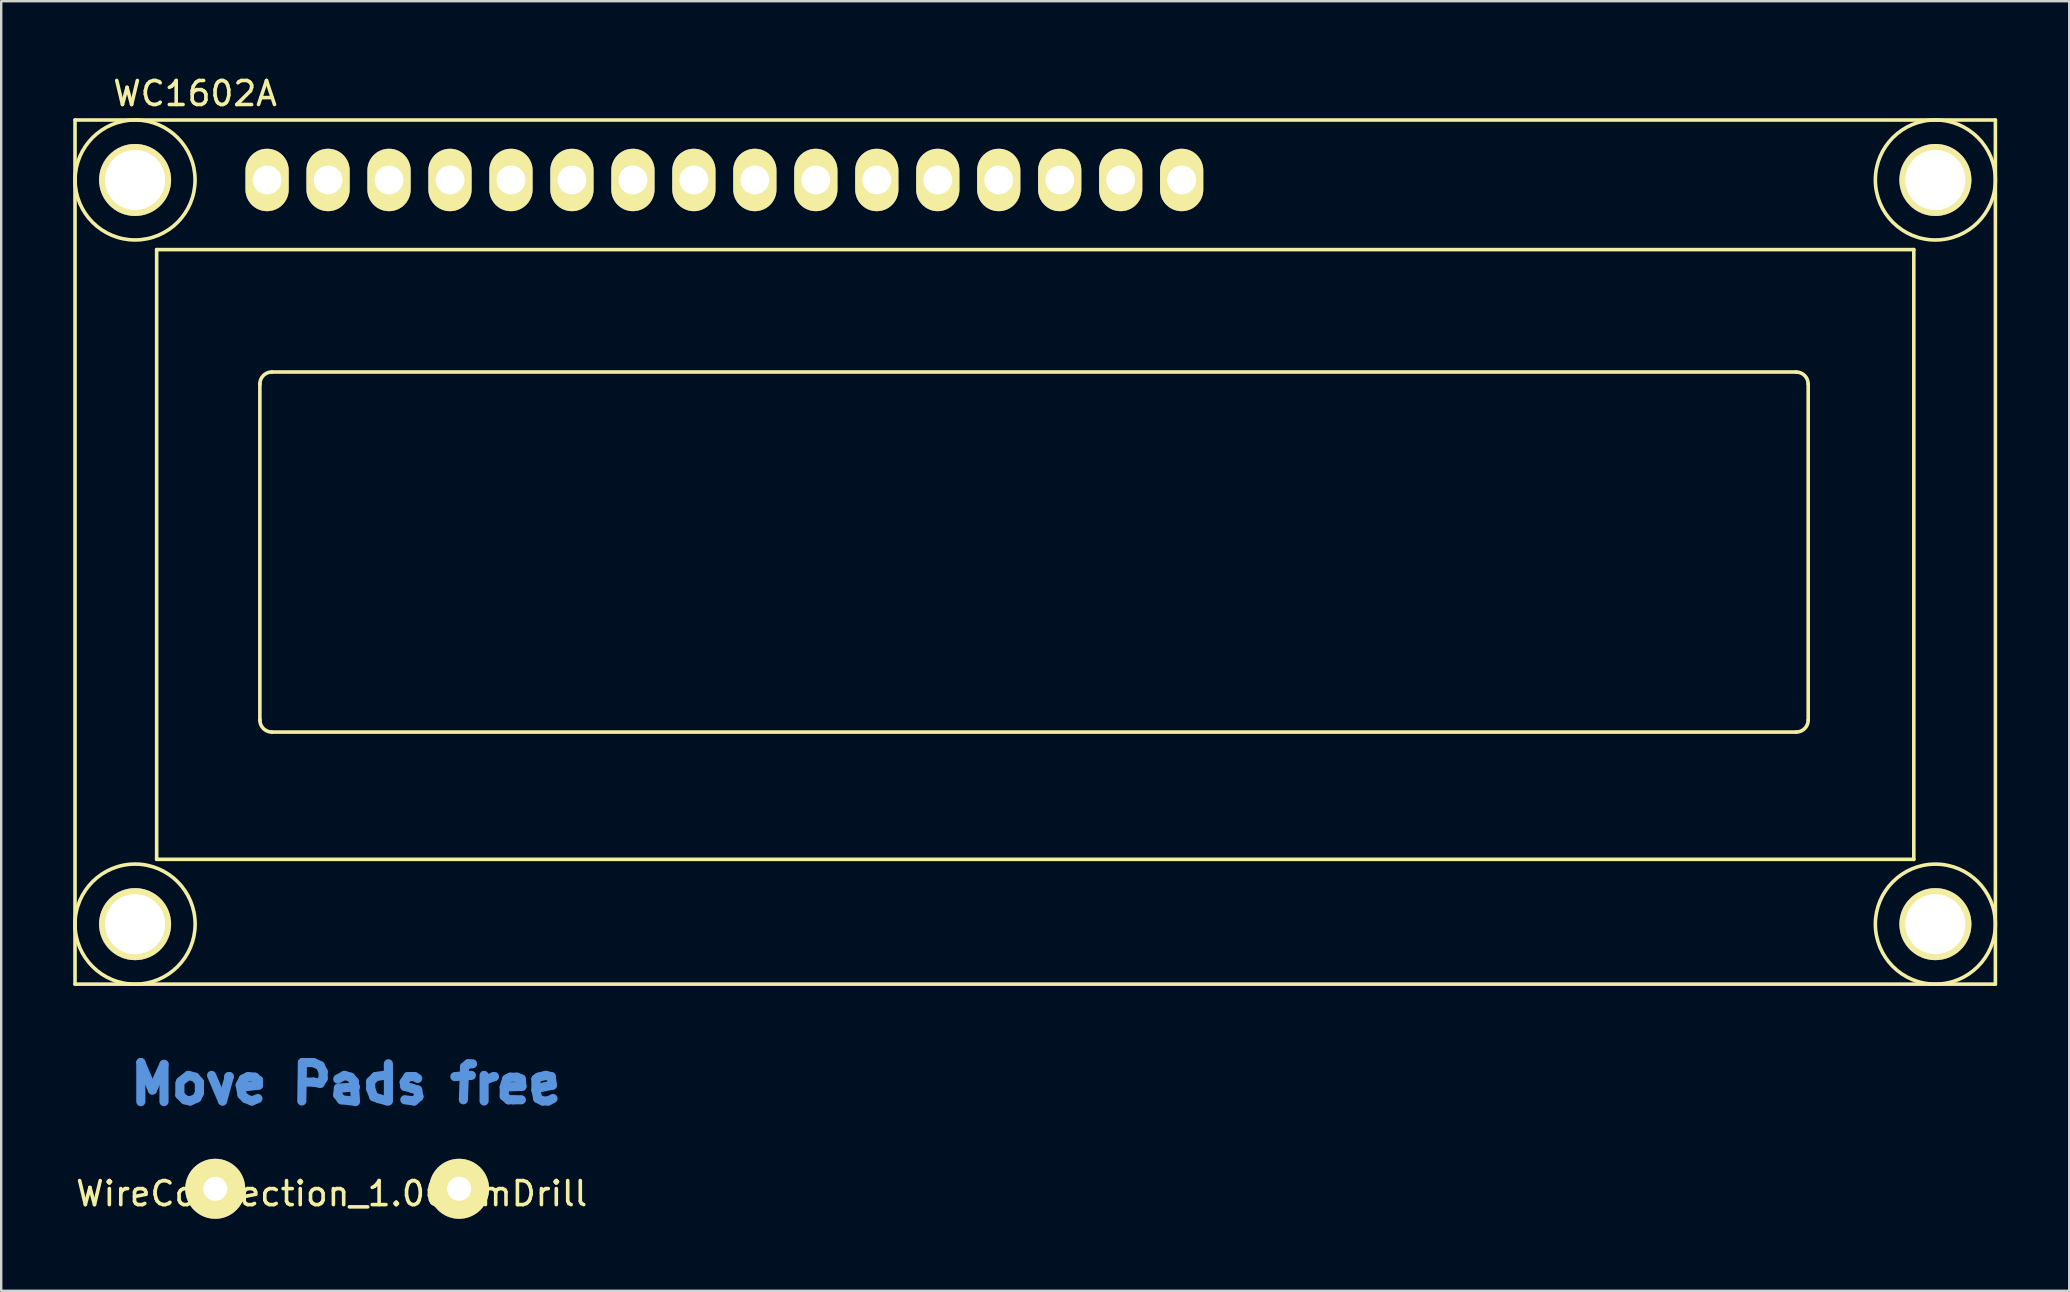
<source format=kicad_pcb>
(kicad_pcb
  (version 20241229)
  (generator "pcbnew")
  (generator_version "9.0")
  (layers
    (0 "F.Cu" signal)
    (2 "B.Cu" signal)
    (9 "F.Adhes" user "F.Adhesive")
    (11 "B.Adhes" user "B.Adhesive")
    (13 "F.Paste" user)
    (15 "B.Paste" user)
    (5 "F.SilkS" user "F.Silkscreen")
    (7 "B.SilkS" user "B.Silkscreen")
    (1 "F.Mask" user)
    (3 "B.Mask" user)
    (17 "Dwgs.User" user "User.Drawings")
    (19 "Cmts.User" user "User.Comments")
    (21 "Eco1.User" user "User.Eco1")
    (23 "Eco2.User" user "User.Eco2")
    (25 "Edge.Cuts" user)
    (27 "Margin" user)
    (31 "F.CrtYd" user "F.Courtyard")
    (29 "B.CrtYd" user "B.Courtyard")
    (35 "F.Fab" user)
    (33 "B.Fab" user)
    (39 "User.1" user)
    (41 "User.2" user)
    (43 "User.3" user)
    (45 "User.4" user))
  (footprint "WC1602A"
    (layer "F.Cu")
    (at 8.076 4.447)
    (property "Reference" "WC1602A" (at -3 -3.599 0) (layer "F.SilkS") (effects (font (size 1 1) (thickness 0.15))))
    (attr through_hole)
    (fp_line (start -8.001 -2.499) (end 71.999 -2.499) (stroke (width 0.15) (type solid)) (layer "F.SilkS"))
    (fp_line (start -8.001 33.5) (end -8.001 -2.499) (stroke (width 0.15) (type solid)) (layer "F.SilkS"))
    (fp_line (start -4.6 2.901) (end 68.6 2.901) (stroke (width 0.15) (type solid)) (layer "F.SilkS"))
    (fp_line (start -4.6 28.301) (end -4.6 2.901) (stroke (width 0.15) (type solid)) (layer "F.SilkS"))
    (fp_line (start -0.3 22.499) (end -0.3 8.499) (stroke (width 0.15) (type solid)) (layer "F.SilkS"))
    (fp_line (start 0.201 8.001) (end 63.701 8.001) (stroke (width 0.15) (type solid)) (layer "F.SilkS"))
    (fp_line (start 63.701 23) (end 0.201 23) (stroke (width 0.15) (type solid)) (layer "F.SilkS"))
    (fp_line (start 64.201 8.499) (end 64.201 22.499) (stroke (width 0.15) (type solid)) (layer "F.SilkS"))
    (fp_line (start 68.6 2.901) (end 68.6 28.301) (stroke (width 0.15) (type solid)) (layer "F.SilkS"))
    (fp_line (start 68.6 28.301) (end -4.6 28.301) (stroke (width 0.15) (type solid)) (layer "F.SilkS"))
    (fp_line (start 71.999 -2.499) (end 71.999 33.5) (stroke (width 0.15) (type solid)) (layer "F.SilkS"))
    (fp_line (start 71.999 33.5) (end -8.001 33.5) (stroke (width 0.15) (type solid)) (layer "F.SilkS"))
    (fp_arc (start -0.29972 8.49884) (mid -0.153162 8.145018) (end 0.20066 7.99846) (stroke (width 0.15) (type solid)) (layer "F.SilkS"))
    (fp_arc (start 0.20066 22.9997) (mid -0.153162 22.853142) (end -0.29972 22.49932) (stroke (width 0.15) (type solid)) (layer "F.SilkS"))
    (fp_arc (start 63.70066 8.001) (mid 64.052686 8.146814) (end 64.1985 8.49884) (stroke (width 0.15) (type solid)) (layer "F.SilkS"))
    (fp_arc (start 64.20104 22.49932) (mid 64.054482 22.853142) (end 63.70066 22.9997) (stroke (width 0.15) (type solid)) (layer "F.SilkS"))
    (fp_circle (center -5.499 0) (end -3 0) (stroke (width 0.15) (type solid)) (fill no) (layer "F.SilkS"))
    (fp_circle (center -5.499 31.001) (end -8.001 31.001) (stroke (width 0.15) (type solid)) (fill no) (layer "F.SilkS"))
    (fp_circle (center 69.499 0) (end 71.999 0) (stroke (width 0.15) (type solid)) (fill no) (layer "F.SilkS"))
    (fp_circle (center 69.499 31.001) (end 71.999 31.001) (stroke (width 0.15) (type solid)) (fill no) (layer "F.SilkS"))
    (pad "0" thru_hole circle (at -5.499 0) (size 3 3) (drill 2.5) (layers "*.Cu" "*.Mask" "F.SilkS"))
    (pad "0" thru_hole circle (at -5.499 31.001) (size 3 3) (drill 2.5) (layers "*.Cu" "*.Mask" "F.SilkS"))
    (pad "0" thru_hole circle (at 69.499 0) (size 3 3) (drill 2.5) (layers "*.Cu" "*.Mask" "F.SilkS"))
    (pad "0" thru_hole circle (at 69.499 31.001) (size 3 3) (drill 2.5) (layers "*.Cu" "*.Mask" "F.SilkS"))
    (pad "1" thru_hole oval (at 0 0) (size 1.8 2.6) (drill 1.2) (layers "*.Cu" "*.Mask" "F.SilkS"))
    (pad "2" thru_hole oval (at 2.54 0) (size 1.8 2.6) (drill 1.2) (layers "*.Cu" "*.Mask" "F.SilkS"))
    (pad "3" thru_hole oval (at 5.08 0) (size 1.8 2.6) (drill 1.2) (layers "*.Cu" "*.Mask" "F.SilkS"))
    (pad "4" thru_hole oval (at 7.62 0) (size 1.8 2.6) (drill 1.2) (layers "*.Cu" "*.Mask" "F.SilkS"))
    (pad "5" thru_hole oval (at 10.16 0) (size 1.8 2.6) (drill 1.2) (layers "*.Cu" "*.Mask" "F.SilkS"))
    (pad "6" thru_hole oval (at 12.7 0) (size 1.8 2.6) (drill 1.2) (layers "*.Cu" "*.Mask" "F.SilkS"))
    (pad "7" thru_hole oval (at 15.24 0) (size 1.8 2.6) (drill 1.2) (layers "*.Cu" "*.Mask" "F.SilkS"))
    (pad "8" thru_hole oval (at 17.78 0) (size 1.8 2.6) (drill 1.2) (layers "*.Cu" "*.Mask" "F.SilkS"))
    (pad "9" thru_hole oval (at 20.32 0) (size 1.8 2.6) (drill 1.2) (layers "*.Cu" "*.Mask" "F.SilkS"))
    (pad "10" thru_hole oval (at 22.86 0) (size 1.8 2.6) (drill 1.2) (layers "*.Cu" "*.Mask" "F.SilkS"))
    (pad "11" thru_hole oval (at 25.4 0) (size 1.8 2.6) (drill 1.2) (layers "*.Cu" "*.Mask" "F.SilkS"))
    (pad "12" thru_hole oval (at 27.94 0) (size 1.8 2.6) (drill 1.2) (layers "*.Cu" "*.Mask" "F.SilkS"))
    (pad "13" thru_hole oval (at 30.48 0) (size 1.8 2.6) (drill 1.2) (layers "*.Cu" "*.Mask" "F.SilkS"))
    (pad "14" thru_hole oval (at 33.02 0) (size 1.8 2.6) (drill 1.2) (layers "*.Cu" "*.Mask" "F.SilkS"))
    (pad "15" thru_hole oval (at 35.56 0) (size 1.8 2.6) (drill 1.2) (layers "*.Cu" "*.Mask" "F.SilkS"))
    (pad "16" thru_hole oval (at 38.1 0) (size 1.8 2.6) (drill 1.2) (layers "*.Cu" "*.Mask" "F.SilkS")))
  (footprint "WireConnection_1.00mmDrill"
    (layer "F.Cu")
    (at 5.916 46.473)
    (property "Reference" "WireConnection_1.00mmDrill" (at 4.851 0.203 0) (layer "F.SilkS") (effects (font (size 1 1) (thickness 0.15))))
    (attr through_hole)
    (fp_line (start -3.099 -5.258) (end -2.616 -4.115) (stroke (width 0.381) (type solid)) (layer "Cmts.User"))
    (fp_line (start -3.099 -3.632) (end -3.099 -5.258) (stroke (width 0.381) (type solid)) (layer "Cmts.User"))
    (fp_line (start -2.616 -4.115) (end -2.134 -5.182) (stroke (width 0.381) (type solid)) (layer "Cmts.User"))
    (fp_line (start -2.134 -5.182) (end -2.134 -3.632) (stroke (width 0.381) (type solid)) (layer "Cmts.User"))
    (fp_line (start -1.473 -4.394) (end -1.473 -3.912) (stroke (width 0.381) (type solid)) (layer "Cmts.User"))
    (fp_line (start -1.473 -3.912) (end -1.27 -3.708) (stroke (width 0.381) (type solid)) (layer "Cmts.User"))
    (fp_line (start -1.27 -3.708) (end -1.041 -3.658) (stroke (width 0.381) (type solid)) (layer "Cmts.User"))
    (fp_line (start -1.118 -4.724) (end -1.448 -4.47) (stroke (width 0.381) (type solid)) (layer "Cmts.User"))
    (fp_line (start -1.041 -3.658) (end -0.762 -3.785) (stroke (width 0.381) (type solid)) (layer "Cmts.User"))
    (fp_line (start -0.838 -4.648) (end -1.118 -4.724) (stroke (width 0.381) (type solid)) (layer "Cmts.User"))
    (fp_line (start -0.762 -3.785) (end -0.66 -3.988) (stroke (width 0.381) (type solid)) (layer "Cmts.User"))
    (fp_line (start -0.66 -4.445) (end -0.838 -4.648) (stroke (width 0.381) (type solid)) (layer "Cmts.User"))
    (fp_line (start -0.66 -3.988) (end -0.66 -4.445) (stroke (width 0.381) (type solid)) (layer "Cmts.User"))
    (fp_line (start -0.152 -4.724) (end 0.305 -3.658) (stroke (width 0.381) (type solid)) (layer "Cmts.User"))
    (fp_line (start 0.305 -3.658) (end 0.584 -4.674) (stroke (width 0.381) (type solid)) (layer "Cmts.User"))
    (fp_line (start 0.584 -4.674) (end 0.559 -4.674) (stroke (width 0.381) (type solid)) (layer "Cmts.User"))
    (fp_line (start 1.041 -4.318) (end 1.168 -4.572) (stroke (width 0.381) (type solid)) (layer "Cmts.User"))
    (fp_line (start 1.118 -3.912) (end 1.041 -4.318) (stroke (width 0.381) (type solid)) (layer "Cmts.User"))
    (fp_line (start 1.168 -4.572) (end 1.372 -4.674) (stroke (width 0.381) (type solid)) (layer "Cmts.User"))
    (fp_line (start 1.27 -3.759) (end 1.118 -3.912) (stroke (width 0.381) (type solid)) (layer "Cmts.User"))
    (fp_line (start 1.372 -4.674) (end 1.651 -4.648) (stroke (width 0.381) (type solid)) (layer "Cmts.User"))
    (fp_line (start 1.524 -3.658) (end 1.27 -3.759) (stroke (width 0.381) (type solid)) (layer "Cmts.User"))
    (fp_line (start 1.651 -4.648) (end 1.803 -4.521) (stroke (width 0.381) (type solid)) (layer "Cmts.User"))
    (fp_line (start 1.778 -3.759) (end 1.524 -3.658) (stroke (width 0.381) (type solid)) (layer "Cmts.User"))
    (fp_line (start 1.803 -4.521) (end 1.803 -4.318) (stroke (width 0.381) (type solid)) (layer "Cmts.User"))
    (fp_line (start 1.803 -4.318) (end 1.168 -4.242) (stroke (width 0.381) (type solid)) (layer "Cmts.User"))
    (fp_line (start 3.607 -3.658) (end 3.632 -5.258) (stroke (width 0.381) (type solid)) (layer "Cmts.User"))
    (fp_line (start 3.632 -5.258) (end 4.089 -5.258) (stroke (width 0.381) (type solid)) (layer "Cmts.User"))
    (fp_line (start 4.089 -5.258) (end 4.369 -5.131) (stroke (width 0.381) (type solid)) (layer "Cmts.User"))
    (fp_line (start 4.089 -4.445) (end 3.632 -4.445) (stroke (width 0.381) (type solid)) (layer "Cmts.User"))
    (fp_line (start 4.369 -5.131) (end 4.496 -4.877) (stroke (width 0.381) (type solid)) (layer "Cmts.User"))
    (fp_line (start 4.369 -4.394) (end 4.089 -4.445) (stroke (width 0.381) (type solid)) (layer "Cmts.User"))
    (fp_line (start 4.496 -4.877) (end 4.496 -4.597) (stroke (width 0.381) (type solid)) (layer "Cmts.User"))
    (fp_line (start 4.496 -4.597) (end 4.369 -4.394) (stroke (width 0.381) (type solid)) (layer "Cmts.User"))
    (fp_line (start 5.105 -4.572) (end 5.385 -4.724) (stroke (width 0.381) (type solid)) (layer "Cmts.User"))
    (fp_line (start 5.105 -3.912) (end 5.131 -4.191) (stroke (width 0.381) (type solid)) (layer "Cmts.User"))
    (fp_line (start 5.131 -4.191) (end 5.842 -4.242) (stroke (width 0.381) (type solid)) (layer "Cmts.User"))
    (fp_line (start 5.258 -3.708) (end 5.105 -3.912) (stroke (width 0.381) (type solid)) (layer "Cmts.User"))
    (fp_line (start 5.385 -4.724) (end 5.639 -4.648) (stroke (width 0.381) (type solid)) (layer "Cmts.User"))
    (fp_line (start 5.639 -4.648) (end 5.791 -4.47) (stroke (width 0.381) (type solid)) (layer "Cmts.User"))
    (fp_line (start 5.715 -3.658) (end 5.258 -3.708) (stroke (width 0.381) (type solid)) (layer "Cmts.User"))
    (fp_line (start 5.791 -4.47) (end 5.842 -3.632) (stroke (width 0.381) (type solid)) (layer "Cmts.User"))
    (fp_line (start 6.477 -4.47) (end 6.68 -4.674) (stroke (width 0.381) (type solid)) (layer "Cmts.User"))
    (fp_line (start 6.477 -4.166) (end 6.477 -4.47) (stroke (width 0.381) (type solid)) (layer "Cmts.User"))
    (fp_line (start 6.604 -3.835) (end 6.477 -4.166) (stroke (width 0.381) (type solid)) (layer "Cmts.User"))
    (fp_line (start 6.68 -4.674) (end 7.01 -4.724) (stroke (width 0.381) (type solid)) (layer "Cmts.User"))
    (fp_line (start 6.807 -3.759) (end 6.604 -3.835) (stroke (width 0.381) (type solid)) (layer "Cmts.User"))
    (fp_line (start 7.163 -3.658) (end 6.807 -3.759) (stroke (width 0.381) (type solid)) (layer "Cmts.User"))
    (fp_line (start 7.214 -5.207) (end 7.214 -3.658) (stroke (width 0.381) (type solid)) (layer "Cmts.User"))
    (fp_line (start 7.874 -4.445) (end 7.899 -4.267) (stroke (width 0.381) (type solid)) (layer "Cmts.User"))
    (fp_line (start 7.899 -4.267) (end 8.179 -4.191) (stroke (width 0.381) (type solid)) (layer "Cmts.User"))
    (fp_line (start 8.026 -4.674) (end 7.874 -4.445) (stroke (width 0.381) (type solid)) (layer "Cmts.User"))
    (fp_line (start 8.179 -4.191) (end 8.433 -4.115) (stroke (width 0.381) (type solid)) (layer "Cmts.User"))
    (fp_line (start 8.28 -3.658) (end 7.899 -3.708) (stroke (width 0.381) (type solid)) (layer "Cmts.User"))
    (fp_line (start 8.306 -4.674) (end 8.026 -4.674) (stroke (width 0.381) (type solid)) (layer "Cmts.User"))
    (fp_line (start 8.433 -4.597) (end 8.306 -4.674) (stroke (width 0.381) (type solid)) (layer "Cmts.User"))
    (fp_line (start 8.433 -4.115) (end 8.484 -3.835) (stroke (width 0.381) (type solid)) (layer "Cmts.User"))
    (fp_line (start 8.484 -3.835) (end 8.28 -3.658) (stroke (width 0.381) (type solid)) (layer "Cmts.User"))
    (fp_line (start 9.982 -4.674) (end 10.668 -4.724) (stroke (width 0.381) (type solid)) (layer "Cmts.User"))
    (fp_line (start 10.389 -5.08) (end 10.338 -3.708) (stroke (width 0.381) (type solid)) (layer "Cmts.User"))
    (fp_line (start 10.541 -5.207) (end 10.389 -5.08) (stroke (width 0.381) (type solid)) (layer "Cmts.User"))
    (fp_line (start 10.719 -5.207) (end 10.541 -5.207) (stroke (width 0.381) (type solid)) (layer "Cmts.User"))
    (fp_line (start 11.201 -4.724) (end 11.201 -3.658) (stroke (width 0.381) (type solid)) (layer "Cmts.User"))
    (fp_line (start 11.227 -4.521) (end 11.608 -4.674) (stroke (width 0.381) (type solid)) (layer "Cmts.User"))
    (fp_line (start 11.608 -4.674) (end 11.633 -4.674) (stroke (width 0.381) (type solid)) (layer "Cmts.User"))
    (fp_line (start 12.04 -4.242) (end 12.141 -4.572) (stroke (width 0.381) (type solid)) (layer "Cmts.User"))
    (fp_line (start 12.04 -3.861) (end 12.04 -4.242) (stroke (width 0.381) (type solid)) (layer "Cmts.User"))
    (fp_line (start 12.141 -4.572) (end 12.294 -4.648) (stroke (width 0.381) (type solid)) (layer "Cmts.User"))
    (fp_line (start 12.217 -3.708) (end 12.04 -3.861) (stroke (width 0.381) (type solid)) (layer "Cmts.User"))
    (fp_line (start 12.294 -4.648) (end 12.573 -4.648) (stroke (width 0.381) (type solid)) (layer "Cmts.User"))
    (fp_line (start 12.421 -3.708) (end 12.217 -3.708) (stroke (width 0.381) (type solid)) (layer "Cmts.User"))
    (fp_line (start 12.573 -4.648) (end 12.751 -4.572) (stroke (width 0.381) (type solid)) (layer "Cmts.User"))
    (fp_line (start 12.751 -4.572) (end 12.776 -4.267) (stroke (width 0.381) (type solid)) (layer "Cmts.User"))
    (fp_line (start 12.751 -3.708) (end 12.421 -3.708) (stroke (width 0.381) (type solid)) (layer "Cmts.User"))
    (fp_line (start 12.776 -4.267) (end 12.141 -4.242) (stroke (width 0.381) (type solid)) (layer "Cmts.User"))
    (fp_line (start 13.36 -4.572) (end 13.462 -4.648) (stroke (width 0.381) (type solid)) (layer "Cmts.User"))
    (fp_line (start 13.36 -4.115) (end 13.36 -4.572) (stroke (width 0.381) (type solid)) (layer "Cmts.User"))
    (fp_line (start 13.437 -4.191) (end 13.437 -4.242) (stroke (width 0.381) (type solid)) (layer "Cmts.User"))
    (fp_line (start 13.437 -3.759) (end 13.36 -4.115) (stroke (width 0.381) (type solid)) (layer "Cmts.User"))
    (fp_line (start 13.462 -4.648) (end 13.767 -4.724) (stroke (width 0.381) (type solid)) (layer "Cmts.User"))
    (fp_line (start 13.64 -3.658) (end 13.437 -3.759) (stroke (width 0.381) (type solid)) (layer "Cmts.User"))
    (fp_line (start 13.767 -4.724) (end 13.995 -4.674) (stroke (width 0.381) (type solid)) (layer "Cmts.User"))
    (fp_line (start 13.868 -3.658) (end 13.64 -3.658) (stroke (width 0.381) (type solid)) (layer "Cmts.User"))
    (fp_line (start 13.995 -4.674) (end 14.046 -4.318) (stroke (width 0.381) (type solid)) (layer "Cmts.User"))
    (fp_line (start 14.046 -4.318) (end 13.437 -4.191) (stroke (width 0.381) (type solid)) (layer "Cmts.User"))
    (fp_line (start 14.072 -3.759) (end 13.868 -3.658) (stroke (width 0.381) (type solid)) (layer "Cmts.User"))
    (pad "1" thru_hole circle (at 0 0) (size 2.499 2.499) (drill 1.001) (layers "*.Cu" "*.Mask" "F.SilkS"))
    (pad "2" thru_hole circle (at 10.16 0) (size 2.499 2.499) (drill 1.001) (layers "*.Cu" "*.Mask" "F.SilkS")))
  (gr_rect
    (start -3 -3)
    (end 83.15 50.723)
    (stroke (width 0.1) (type default))
    (fill no)
    (layer "Edge.Cuts")))
</source>
